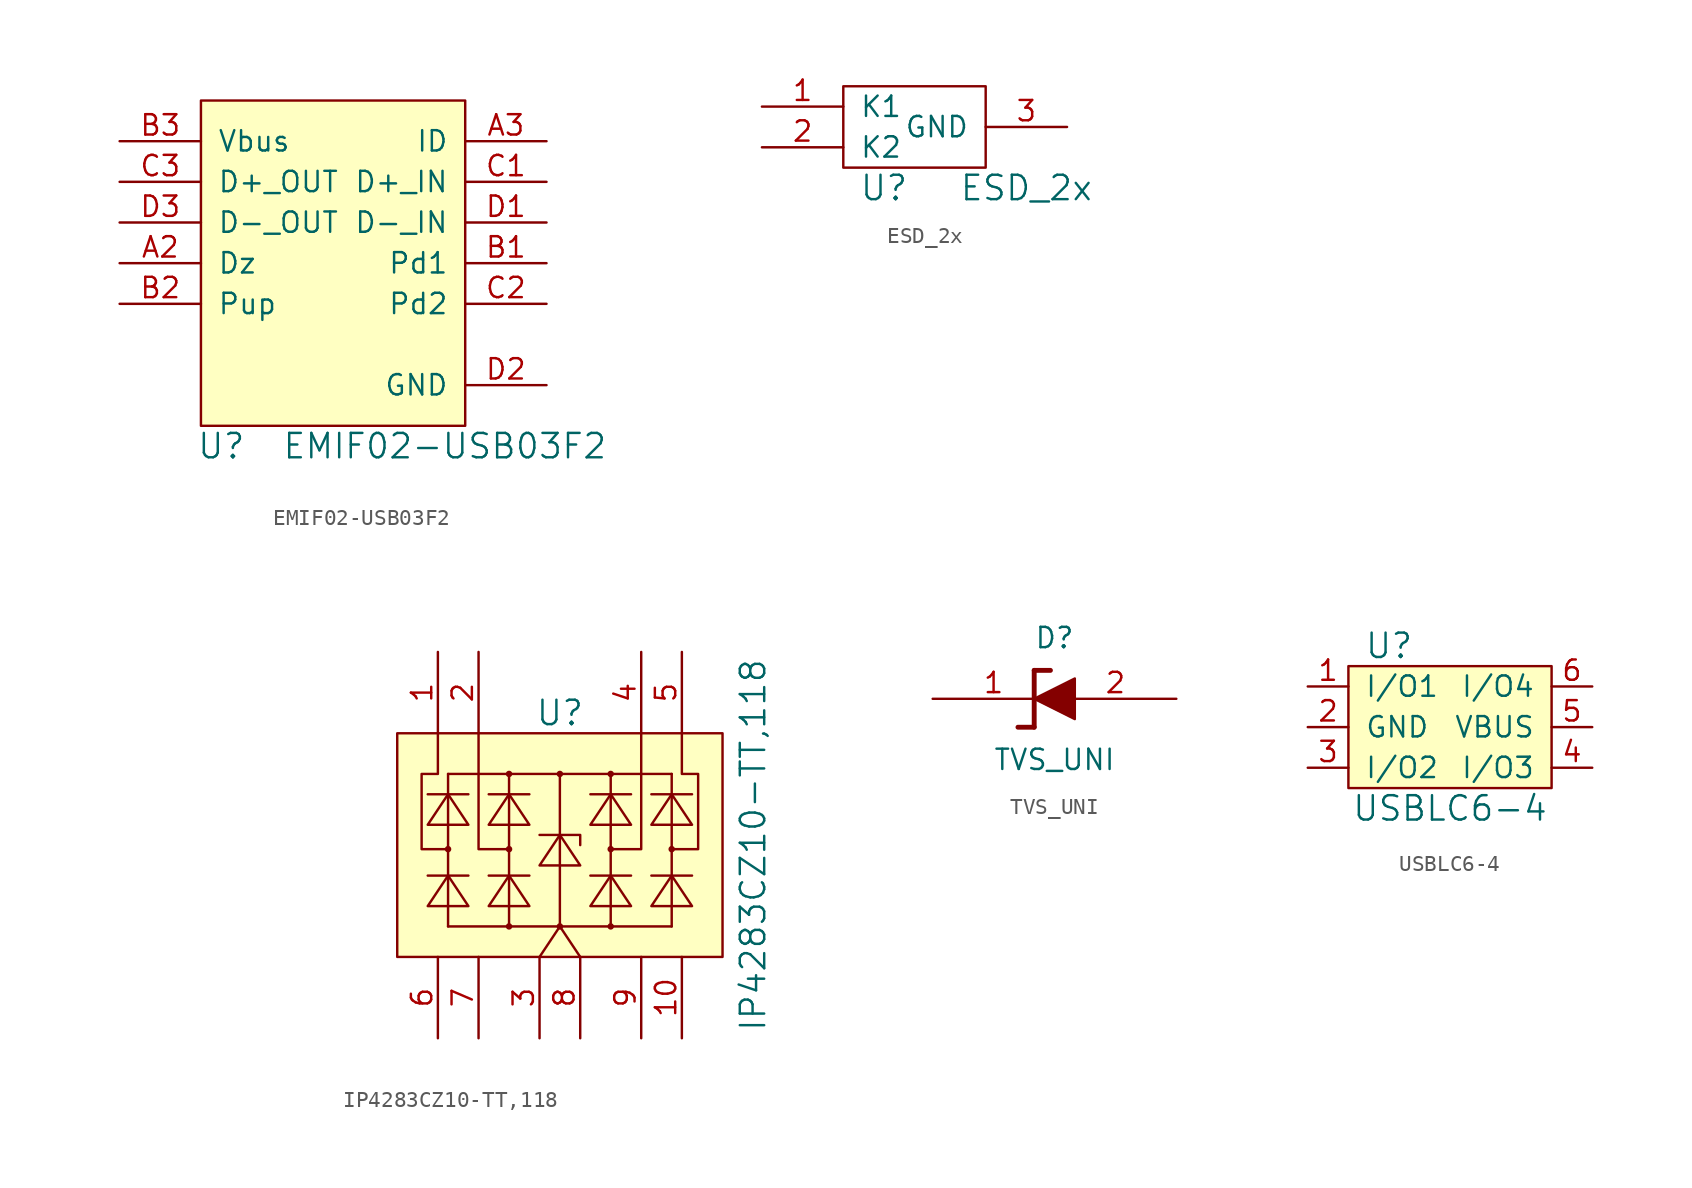
<source format=kicad_sym>
(kicad_symbol_lib
  (version 20211014)
  (generator kicad_symbol_editor)
  (symbol "EMIF02-USB03F2"
    (pin_names
      (offset 1.016))
    (property "Reference" "U"
      (at 1.27 -1.27 0)
      (effects (font (size 1.524 1.524))))
    (property "Value" "EMIF02-USB03F2"
      (at 15.24 -1.27 0)
      (effects (font (size 1.524 1.524))))
    (property "Footprint" ""
      (at 0 0 0)
      (effects (font (size 1.524 1.524))))
    (property "Datasheet" ""
      (at 0 0 0)
      (effects (font (size 1.524 1.524))))
    (symbol "EMIF02-USB03F2_0_1"
      (rectangle (start 0 0) (end 16.51 20.32) (stroke (width 0) (type default) (color 0 0 0 0)) (fill (type background))))
    (symbol "EMIF02-USB03F2_1_1"
      (pin bidirectional line (at -5.08 10.16 0) (length 5.08) (name "Dz" (effects (font (size 1.27 1.27)))) (number "A2" (effects (font (size 1.27 1.27)))))
      (pin bidirectional line (at 21.59 17.78 180) (length 5.08) (name "ID" (effects (font (size 1.27 1.27)))) (number "A3" (effects (font (size 1.27 1.27)))))
      (pin bidirectional line (at 21.59 10.16 180) (length 5.08) (name "Pd1" (effects (font (size 1.27 1.27)))) (number "B1" (effects (font (size 1.27 1.27)))))
      (pin bidirectional line (at -5.08 7.62 0) (length 5.08) (name "Pup" (effects (font (size 1.27 1.27)))) (number "B2" (effects (font (size 1.27 1.27)))))
      (pin bidirectional line (at -5.08 17.78 0) (length 5.08) (name "Vbus" (effects (font (size 1.27 1.27)))) (number "B3" (effects (font (size 1.27 1.27)))))
      (pin bidirectional line (at 21.59 15.24 180) (length 5.08) (name "D+_IN" (effects (font (size 1.27 1.27)))) (number "C1" (effects (font (size 1.27 1.27)))))
      (pin bidirectional line (at 21.59 7.62 180) (length 5.08) (name "Pd2" (effects (font (size 1.27 1.27)))) (number "C2" (effects (font (size 1.27 1.27)))))
      (pin bidirectional line (at -5.08 15.24 0) (length 5.08) (name "D+_OUT" (effects (font (size 1.27 1.27)))) (number "C3" (effects (font (size 1.27 1.27)))))
      (pin bidirectional line (at 21.59 12.7 180) (length 5.08) (name "D-_IN" (effects (font (size 1.27 1.27)))) (number "D1" (effects (font (size 1.27 1.27)))))
      (pin power_in line (at 21.59 2.54 180) (length 5.08) (name "GND" (effects (font (size 1.27 1.27)))) (number "D2" (effects (font (size 1.27 1.27)))))
      (pin bidirectional line (at -5.08 12.7 0) (length 5.08) (name "D-_OUT" (effects (font (size 1.27 1.27)))) (number "D3" (effects (font (size 1.27 1.27)))))))
  (symbol "ESD_2x"
    (pin_names
      (offset 1.016))
    (property "Reference" "U"
      (at 2.54 -1.27 0)
      (effects (font (size 1.524 1.524))))
    (property "Value" "ESD_2x"
      (at 11.43 -1.27 0)
      (effects (font (size 1.524 1.524))))
    (property "Footprint" ""
      (at 0 0 0)
      (effects (font (size 1.524 1.524))))
    (property "Datasheet" ""
      (at 0 0 0)
      (effects (font (size 1.524 1.524))))
    (symbol "ESD_2x_0_1"
      (rectangle (start 0 0) (end 8.89 5.08) (stroke (width 0) (type default) (color 0 0 0 0)) (fill (type none))))
    (symbol "ESD_2x_1_1"
      (pin input line (at -5.08 3.81 0) (length 5.08) (name "K1" (effects (font (size 1.27 1.27)))) (number "1" (effects (font (size 1.27 1.27)))))
      (pin input line (at -5.08 1.27 0) (length 5.08) (name "K2" (effects (font (size 1.27 1.27)))) (number "2" (effects (font (size 1.27 1.27)))))
      (pin input line (at 13.97 2.54 180) (length 5.08) (name "GND" (effects (font (size 1.27 1.27)))) (number "3" (effects (font (size 1.27 1.27)))))))
  (symbol "IP4283CZ10-TT,118"
    (pin_names
      (offset 1.016))
    (property "Reference" "U"
      (at 10.16 15.24 0)
      (effects (font (size 1.524 1.524))))
    (property "Value" "IP4283CZ10-TT,118"
      (at 22.225 6.985 90)
      (effects (font (size 1.524 1.524))))
    (property "Footprint" ""
      (at -16.51 -5.08 0)
      (effects (font (size 1.524 1.524))))
    (property "Datasheet" ""
      (at -16.51 -5.08 0)
      (effects (font (size 1.524 1.524))))
    (symbol "IP4283CZ10-TT,118_0_1"
      (polyline (pts (xy 1.905 5.08) (xy 4.445 5.08)) (stroke (width 0) (type default) (color 0 0 0 0)) (fill (type none)))
      (polyline (pts (xy 1.905 10.16) (xy 4.445 10.16)) (stroke (width 0) (type default) (color 0 0 0 0)) (fill (type none)))
      (polyline (pts (xy 3.175 1.905) (xy 3.175 11.43)) (stroke (width 0) (type default) (color 0 0 0 0)) (fill (type none)))
      (polyline (pts (xy 3.175 11.43) (xy 17.145 11.43)) (stroke (width 0) (type default) (color 0 0 0 0)) (fill (type none)))
      (polyline (pts (xy 5.715 5.08) (xy 8.255 5.08)) (stroke (width 0) (type default) (color 0 0 0 0)) (fill (type none)))
      (polyline (pts (xy 5.715 10.16) (xy 8.255 10.16)) (stroke (width 0) (type default) (color 0 0 0 0)) (fill (type none)))
      (polyline (pts (xy 6.985 11.43) (xy 6.985 1.905)) (stroke (width 0) (type default) (color 0 0 0 0)) (fill (type none)))
      (polyline (pts (xy 8.89 0) (xy 10.16 1.905)) (stroke (width 0) (type default) (color 0 0 0 0)) (fill (type none)))
      (polyline (pts (xy 10.16 1.905) (xy 10.16 11.43)) (stroke (width 0) (type default) (color 0 0 0 0)) (fill (type none)))
      (polyline (pts (xy 11.43 0) (xy 10.16 1.905)) (stroke (width 0) (type default) (color 0 0 0 0)) (fill (type none)))
      (polyline (pts (xy 12.065 5.08) (xy 14.605 5.08)) (stroke (width 0) (type default) (color 0 0 0 0)) (fill (type none)))
      (polyline (pts (xy 12.065 10.16) (xy 14.605 10.16)) (stroke (width 0) (type default) (color 0 0 0 0)) (fill (type none)))
      (polyline (pts (xy 13.335 1.905) (xy 13.335 11.43)) (stroke (width 0) (type default) (color 0 0 0 0)) (fill (type none)))
      (polyline (pts (xy 15.875 5.08) (xy 18.415 5.08)) (stroke (width 0) (type default) (color 0 0 0 0)) (fill (type none)))
      (polyline (pts (xy 15.875 10.16) (xy 18.415 10.16)) (stroke (width 0) (type default) (color 0 0 0 0)) (fill (type none)))
      (polyline (pts (xy 17.145 1.905) (xy 3.175 1.905)) (stroke (width 0) (type default) (color 0 0 0 0)) (fill (type none)))
      (polyline (pts (xy 17.145 1.905) (xy 17.145 11.43)) (stroke (width 0) (type default) (color 0 0 0 0)) (fill (type none)))
      (polyline (pts (xy 5.08 13.97) (xy 5.08 6.731) (xy 6.985 6.731)) (stroke (width 0) (type default) (color 0 0 0 0)) (fill (type none)))
      (polyline (pts (xy 8.89 7.62) (xy 11.43 7.62) (xy 11.43 6.985)) (stroke (width 0) (type default) (color 0 0 0 0)) (fill (type none)))
      (polyline (pts (xy 15.24 13.97) (xy 15.24 6.731) (xy 13.335 6.731)) (stroke (width 0) (type default) (color 0 0 0 0)) (fill (type none)))
      (polyline (pts (xy 1.905 3.175) (xy 4.445 3.175) (xy 3.175 5.08) (xy 1.905 3.175)) (stroke (width 0) (type default) (color 0 0 0 0)) (fill (type none)))
      (polyline (pts (xy 1.905 8.255) (xy 4.445 8.255) (xy 3.175 10.16) (xy 1.905 8.255)) (stroke (width 0) (type default) (color 0 0 0 0)) (fill (type none)))
      (polyline (pts (xy 5.715 3.175) (xy 8.255 3.175) (xy 6.985 5.08) (xy 5.715 3.175)) (stroke (width 0) (type default) (color 0 0 0 0)) (fill (type none)))
      (polyline (pts (xy 5.715 8.255) (xy 8.255 8.255) (xy 6.985 10.16) (xy 5.715 8.255)) (stroke (width 0) (type default) (color 0 0 0 0)) (fill (type none)))
      (polyline (pts (xy 8.89 5.715) (xy 11.43 5.715) (xy 10.16 7.62) (xy 8.89 5.715)) (stroke (width 0) (type default) (color 0 0 0 0)) (fill (type none)))
      (polyline (pts (xy 12.065 3.175) (xy 14.605 3.175) (xy 13.335 5.08) (xy 12.065 3.175)) (stroke (width 0) (type default) (color 0 0 0 0)) (fill (type none)))
      (polyline (pts (xy 12.065 8.255) (xy 14.605 8.255) (xy 13.335 10.16) (xy 12.065 8.255)) (stroke (width 0) (type default) (color 0 0 0 0)) (fill (type none)))
      (polyline (pts (xy 15.875 3.175) (xy 18.415 3.175) (xy 17.145 5.08) (xy 15.875 3.175)) (stroke (width 0) (type default) (color 0 0 0 0)) (fill (type none)))
      (polyline (pts (xy 15.875 8.255) (xy 18.415 8.255) (xy 17.145 10.16) (xy 15.875 8.255)) (stroke (width 0) (type default) (color 0 0 0 0)) (fill (type none)))
      (polyline (pts (xy 2.54 13.97) (xy 2.54 11.43) (xy 1.524 11.43) (xy 1.524 6.731) (xy 3.175 6.731)) (stroke (width 0) (type default) (color 0 0 0 0)) (fill (type none)))
      (polyline (pts (xy 17.78 13.97) (xy 17.78 11.43) (xy 18.796 11.43) (xy 18.796 6.731) (xy 17.145 6.731)) (stroke (width 0) (type default) (color 0 0 0 0)) (fill (type none)))
      (rectangle (start 0 0) (end 20.32 13.97) (stroke (width 0) (type default) (color 0 0 0 0)) (fill (type background)))
      (circle (center 3.175 6.731) (radius 0.127) (stroke (width 0) (type default) (color 0 0 0 0)) (fill (type none)))
      (circle (center 6.985 1.905) (radius 0.127) (stroke (width 0) (type default) (color 0 0 0 0)) (fill (type none)))
      (circle (center 6.985 6.731) (radius 0.127) (stroke (width 0) (type default) (color 0 0 0 0)) (fill (type none)))
      (circle (center 6.985 11.43) (radius 0.127) (stroke (width 0) (type default) (color 0 0 0 0)) (fill (type none)))
      (circle (center 10.16 1.905) (radius 0.127) (stroke (width 0) (type default) (color 0 0 0 0)) (fill (type none)))
      (circle (center 10.16 11.43) (radius 0.127) (stroke (width 0) (type default) (color 0 0 0 0)) (fill (type none)))
      (circle (center 13.335 1.905) (radius 0.127) (stroke (width 0) (type default) (color 0 0 0 0)) (fill (type none)))
      (circle (center 13.335 6.731) (radius 0.127) (stroke (width 0) (type default) (color 0 0 0 0)) (fill (type none)))
      (circle (center 13.335 11.43) (radius 0.127) (stroke (width 0) (type default) (color 0 0 0 0)) (fill (type none)))
      (circle (center 17.145 6.731) (radius 0.127) (stroke (width 0) (type default) (color 0 0 0 0)) (fill (type none))))
    (symbol "IP4283CZ10-TT,118_1_1"
      (pin bidirectional line (at 2.54 19.05 270) (length 5.08) (name "~" (effects (font (size 1.27 1.27)))) (number "1" (effects (font (size 1.27 1.27)))))
      (pin passive line (at 17.78 -5.08 90) (length 5.08) (name "~" (effects (font (size 1.27 1.27)))) (number "10" (effects (font (size 1.27 1.27)))))
      (pin bidirectional line (at 5.08 19.05 270) (length 5.08) (name "~" (effects (font (size 1.27 1.27)))) (number "2" (effects (font (size 1.27 1.27)))))
      (pin bidirectional line (at 8.89 -5.08 90) (length 5.08) (name "~" (effects (font (size 1.27 1.27)))) (number "3" (effects (font (size 1.27 1.27)))))
      (pin bidirectional line (at 15.24 19.05 270) (length 5.08) (name "~" (effects (font (size 1.27 1.27)))) (number "4" (effects (font (size 1.27 1.27)))))
      (pin bidirectional line (at 17.78 19.05 270) (length 5.08) (name "~" (effects (font (size 1.27 1.27)))) (number "5" (effects (font (size 1.27 1.27)))))
      (pin passive line (at 2.54 -5.08 90) (length 5.08) (name "~" (effects (font (size 1.27 1.27)))) (number "6" (effects (font (size 1.27 1.27)))))
      (pin passive line (at 5.08 -5.08 90) (length 5.08) (name "~" (effects (font (size 1.27 1.27)))) (number "7" (effects (font (size 1.27 1.27)))))
      (pin bidirectional line (at 11.43 -5.08 90) (length 5.08) (name "~" (effects (font (size 1.27 1.27)))) (number "8" (effects (font (size 1.27 1.27)))))
      (pin passive line (at 15.24 -5.08 90) (length 5.08) (name "~" (effects (font (size 1.27 1.27)))) (number "9" (effects (font (size 1.27 1.27)))))))
  (symbol "TVS_UNI"
    (pin_names
      (offset 1.016))
    (property "Reference" "D"
      (at 0 3.81 0)
      (effects (font (size 1.27 1.27))))
    (property "Value" "TVS_UNI"
      (at 0 -3.81 0)
      (effects (font (size 1.27 1.27))))
    (property "Footprint" ""
      (at 0 0 0)
      (effects (font (size 1.27 1.27))))
    (property "Datasheet" ""
      (at 0 0 0)
      (effects (font (size 1.27 1.27))))
    (symbol "TVS_UNI_0_1"
      (polyline (pts (xy -1.27 -1.778) (xy -2.286 -1.778)) (stroke (width 0.305) (type default) (color 0 0 0 0)) (fill (type none)))
      (polyline (pts (xy -1.27 1.778) (xy -1.27 -1.778)) (stroke (width 0.305) (type default) (color 0 0 0 0)) (fill (type none)))
      (polyline (pts (xy -0.254 1.778) (xy -1.27 1.778)) (stroke (width 0.305) (type default) (color 0 0 0 0)) (fill (type none)))
      (polyline (pts (xy -1.27 0) (xy 1.27 1.27) (xy 1.27 -1.27) (xy -1.27 0)) (stroke (width 0) (type default) (color 0 0 0 0)) (fill (type outline))))
    (symbol "TVS_UNI_1_1"
      (pin passive line (at -7.62 0 0) (length 7.62) (name "~" (effects (font (size 1.27 1.27)))) (number "1" (effects (font (size 1.27 1.27)))))
      (pin passive line (at 7.62 0 180) (length 7.62) (name "~" (effects (font (size 1.27 1.27)))) (number "2" (effects (font (size 1.27 1.27)))))))
  (symbol "USBLC6-4"
    (pin_names
      (offset 1.016))
    (property "Reference" "U"
      (at 2.54 8.89 0)
      (effects (font (size 1.524 1.524))))
    (property "Value" "USBLC6-4"
      (at 6.35 -1.27 0)
      (effects (font (size 1.524 1.524))))
    (symbol "USBLC6-4_0_1"
      (rectangle (start 0 0) (end 12.7 7.62) (stroke (width 0) (type default) (color 0 0 0 0)) (fill (type background))))
    (symbol "USBLC6-4_1_1"
      (pin input line (at -2.54 6.35 0) (length 2.54) (name "I/O1" (effects (font (size 1.27 1.27)))) (number "1" (effects (font (size 1.27 1.27)))))
      (pin passive line (at -2.54 3.81 0) (length 2.54) (name "GND" (effects (font (size 1.27 1.27)))) (number "2" (effects (font (size 1.27 1.27)))))
      (pin input line (at -2.54 1.27 0) (length 2.54) (name "I/O2" (effects (font (size 1.27 1.27)))) (number "3" (effects (font (size 1.27 1.27)))))
      (pin input line (at 15.24 1.27 180) (length 2.54) (name "I/O3" (effects (font (size 1.27 1.27)))) (number "4" (effects (font (size 1.27 1.27)))))
      (pin passive line (at 15.24 3.81 180) (length 2.54) (name "VBUS" (effects (font (size 1.27 1.27)))) (number "5" (effects (font (size 1.27 1.27)))))
      (pin input line (at 15.24 6.35 180) (length 2.54) (name "I/O4" (effects (font (size 1.27 1.27)))) (number "6" (effects (font (size 1.27 1.27))))))))
</source>
